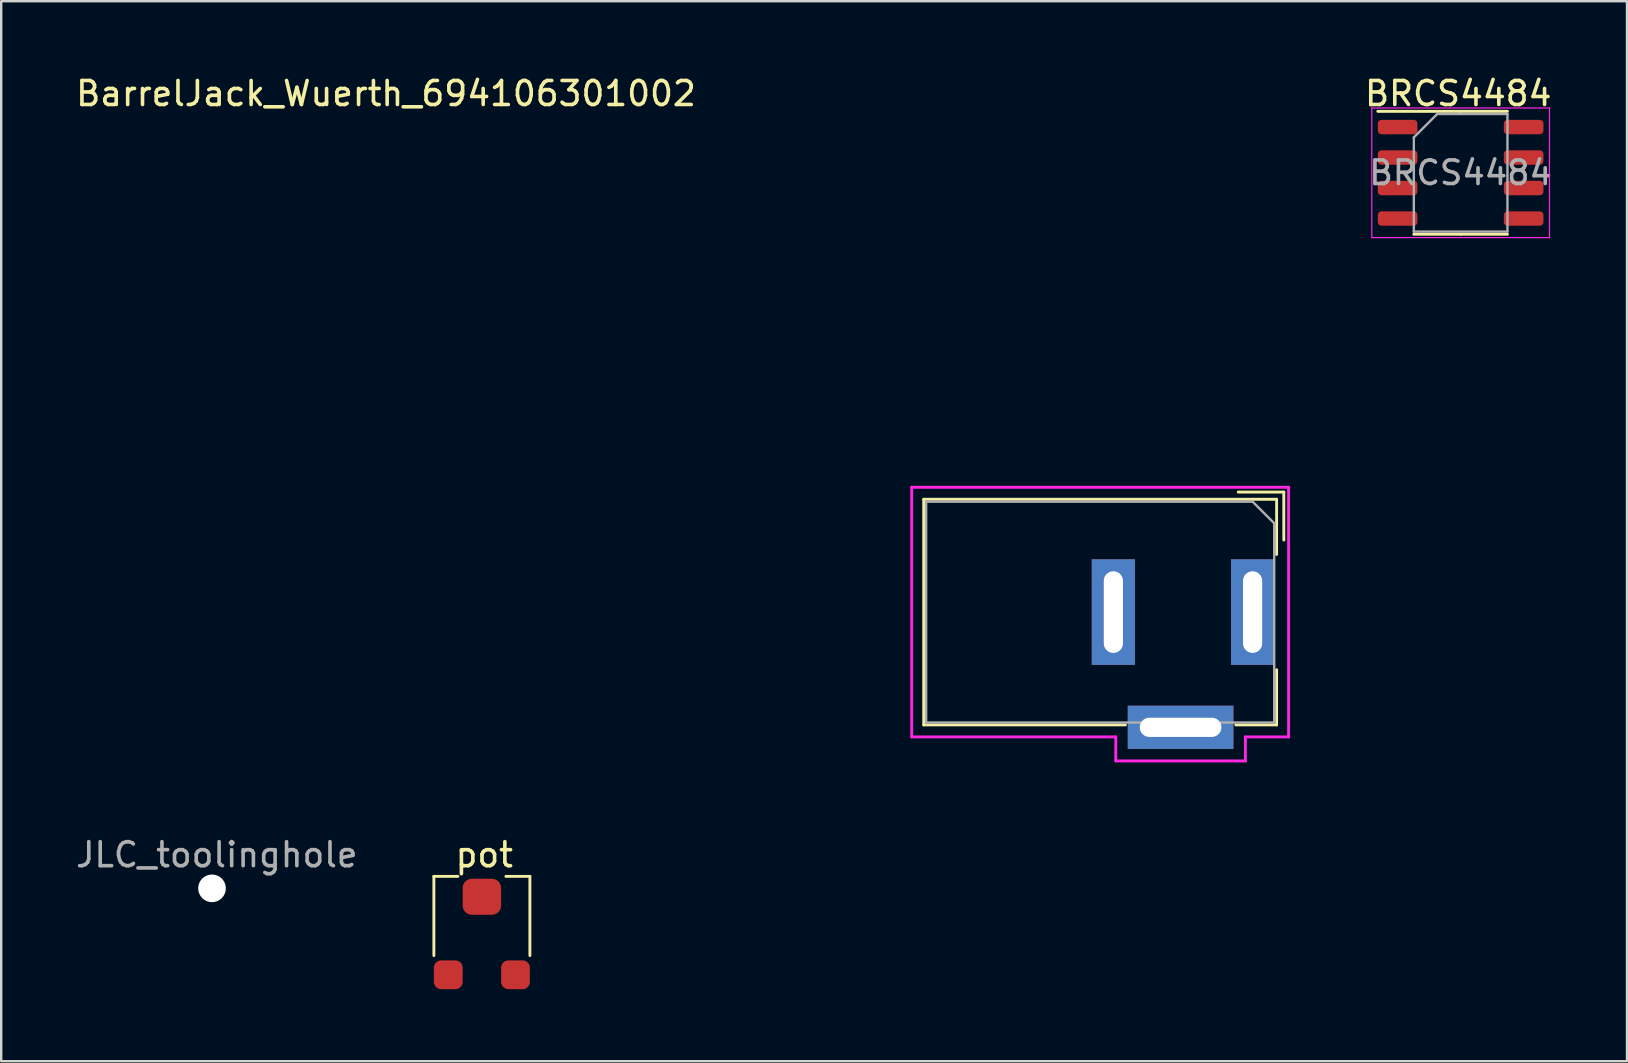
<source format=kicad_pcb>
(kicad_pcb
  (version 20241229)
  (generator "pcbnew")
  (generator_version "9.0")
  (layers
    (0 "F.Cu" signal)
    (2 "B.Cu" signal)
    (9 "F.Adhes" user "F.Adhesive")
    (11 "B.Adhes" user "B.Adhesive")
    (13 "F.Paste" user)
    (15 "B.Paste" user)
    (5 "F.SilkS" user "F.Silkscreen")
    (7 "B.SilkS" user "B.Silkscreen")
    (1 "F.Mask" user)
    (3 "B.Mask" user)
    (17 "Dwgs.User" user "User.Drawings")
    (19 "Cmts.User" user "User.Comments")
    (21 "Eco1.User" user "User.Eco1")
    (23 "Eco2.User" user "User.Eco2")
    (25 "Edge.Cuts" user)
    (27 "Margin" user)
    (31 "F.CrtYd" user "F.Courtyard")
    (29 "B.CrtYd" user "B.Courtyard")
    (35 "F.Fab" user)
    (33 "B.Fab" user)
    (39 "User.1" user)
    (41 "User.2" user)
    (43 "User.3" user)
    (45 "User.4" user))
  (footprint "BRCS4484"
    (layer "F.Cu")
    (at 57.796 4.148)
    (property "Reference" "BRCS4484" (at -0.1 -3.3 0) (unlocked yes) (layer "F.SilkS") (effects (font (size 1 1) (thickness 0.15))))
    (attr smd)
    (fp_line (start 0 -2.56) (end -3.45 -2.56) (stroke (width 0.12) (type solid)) (layer "F.SilkS"))
    (fp_line (start 0 -2.56) (end 1.95 -2.56) (stroke (width 0.12) (type solid)) (layer "F.SilkS"))
    (fp_line (start 0 2.56) (end -1.95 2.56) (stroke (width 0.12) (type solid)) (layer "F.SilkS"))
    (fp_line (start 0 2.56) (end 1.95 2.56) (stroke (width 0.12) (type solid)) (layer "F.SilkS"))
    (fp_line (start -3.7 -2.7) (end -3.7 2.7) (stroke (width 0.05) (type solid)) (layer "F.CrtYd"))
    (fp_line (start -3.7 2.7) (end 3.7 2.7) (stroke (width 0.05) (type solid)) (layer "F.CrtYd"))
    (fp_line (start 3.7 -2.7) (end -3.7 -2.7) (stroke (width 0.05) (type solid)) (layer "F.CrtYd"))
    (fp_line (start 3.7 2.7) (end 3.7 -2.7) (stroke (width 0.05) (type solid)) (layer "F.CrtYd"))
    (fp_line (start -1.95 -1.475) (end -0.975 -2.45) (stroke (width 0.1) (type solid)) (layer "F.Fab"))
    (fp_line (start -1.95 2.45) (end -1.95 -1.475) (stroke (width 0.1) (type solid)) (layer "F.Fab"))
    (fp_line (start -0.975 -2.45) (end 1.95 -2.45) (stroke (width 0.1) (type solid)) (layer "F.Fab"))
    (fp_line (start 1.95 -2.45) (end 1.95 2.45) (stroke (width 0.1) (type solid)) (layer "F.Fab"))
    (fp_line (start 1.95 2.45) (end -1.95 2.45) (stroke (width 0.1) (type solid)) (layer "F.Fab"))
    (fp_text user "${REFERENCE}" (at 0 0 0) (layer "F.Fab") (effects (font (size 0.98 0.98) (thickness 0.15))))
    (pad "1" smd roundrect (at -2.625 1.905) (size 1.65 0.6) (layers "F.Cu" "F.Mask" "F.Paste") (roundrect_rratio 0.25))
    (pad "2" smd roundrect (at 2.625 -1.905) (size 1.65 0.6) (layers "F.Cu" "F.Mask" "F.Paste") (roundrect_rratio 0.25))
    (pad "2" smd roundrect (at 2.625 -0.635) (size 1.65 0.6) (layers "F.Cu" "F.Mask" "F.Paste") (roundrect_rratio 0.25))
    (pad "2" smd roundrect (at 2.625 0.635) (size 1.65 0.6) (layers "F.Cu" "F.Mask" "F.Paste") (roundrect_rratio 0.25))
    (pad "2" smd roundrect (at 2.625 1.905) (size 1.65 0.6) (layers "F.Cu" "F.Mask" "F.Paste") (roundrect_rratio 0.25))
    (pad "3" smd roundrect (at -2.625 -1.905) (size 1.65 0.6) (layers "F.Cu" "F.Mask" "F.Paste") (roundrect_rratio 0.25))
    (pad "3" smd roundrect (at -2.625 -0.635) (size 1.65 0.6) (layers "F.Cu" "F.Mask" "F.Paste") (roundrect_rratio 0.25))
    (pad "3" smd roundrect (at -2.625 0.635) (size 1.65 0.6) (layers "F.Cu" "F.Mask" "F.Paste") (roundrect_rratio 0.25)))
  (footprint "pot"
    (layer "F.Cu")
    (at 17.024 35.757)
    (property "Reference" "pot" (at 0.1 -3.2 0) (unlocked yes) (layer "F.SilkS") (effects (font (size 1 1) (thickness 0.15))))
    (attr smd)
    (fp_line (start -2 -2.3) (end -2 1) (stroke (width 0.12) (type solid)) (layer "F.SilkS"))
    (fp_line (start -2 -2.3) (end -1 -2.3) (stroke (width 0.12) (type solid)) (layer "F.SilkS"))
    (fp_line (start 2 -2.3) (end 1 -2.3) (stroke (width 0.12) (type solid)) (layer "F.SilkS"))
    (fp_line (start 2 -2.3) (end 2 1) (stroke (width 0.12) (type solid)) (layer "F.SilkS"))
    (pad "1" smd roundrect (at 0 -1.45) (size 1.6 1.5) (layers "F.Cu" "F.Mask" "F.Paste") (roundrect_rratio 0.25))
    (pad "2" smd roundrect (at -1.4 1.8) (size 1.2 1.2) (layers "F.Cu" "F.Mask" "F.Paste") (roundrect_rratio 0.25))
    (pad "3" smd roundrect (at 1.4 1.8) (size 1.2 1.2) (layers "F.Cu" "F.Mask" "F.Paste") (roundrect_rratio 0.25)))
  (footprint "JLC_toolinghole"
    (layer "F.Cu")
    (at 5.782 33.956)
    (property "Reference" "JLC_toolinghole" (at 0.2 -1.4 0) (unlocked yes) (layer "F.Fab") (effects (font (size 1 1) (thickness 0.15))))
    (attr through_hole)
    (pad "" np_thru_hole circle (at 0 0) (size 1.152 1.152) (drill 1.152) (layers "*.Cu" "*.Mask")))
  (footprint "BarrelJack_Wuerth_694106301002"
    (layer "F.Cu")
    (at 35.53 22.448)
    (property "Reference" "BarrelJack_Wuerth_694106301002" (at -22.5 -21.6 0) (unlocked yes) (layer "F.SilkS") (effects (font (size 1 1) (thickness 0.15))))
    (attr through_hole)
    (fp_line (start -0.1 -4.7) (end -0.1 4.7) (stroke (width 0.12) (type solid)) (layer "F.SilkS"))
    (fp_line (start -0.1 4.7) (end 8.3 4.7) (stroke (width 0.12) (type solid)) (layer "F.SilkS"))
    (fp_line (start 13 -5) (end 14.9 -5) (stroke (width 0.12) (type solid)) (layer "F.SilkS"))
    (fp_line (start 14.6 -4.7) (end -0.1 -4.7) (stroke (width 0.12) (type solid)) (layer "F.SilkS"))
    (fp_line (start 14.6 -2.4) (end 14.6 -4.7) (stroke (width 0.12) (type solid)) (layer "F.SilkS"))
    (fp_line (start 14.6 4.7) (end 12.9 4.7) (stroke (width 0.12) (type solid)) (layer "F.SilkS"))
    (fp_line (start 14.6 4.7) (end 14.6 2.4) (stroke (width 0.12) (type solid)) (layer "F.SilkS"))
    (fp_line (start 14.9 -5) (end 14.9 -3) (stroke (width 0.12) (type solid)) (layer "F.SilkS"))
    (fp_line (start -0.6 -5.2) (end -0.6 5.2) (stroke (width 0.12) (type solid)) (layer "F.CrtYd"))
    (fp_line (start 7.9 5.2) (end -0.6 5.2) (stroke (width 0.12) (type solid)) (layer "F.CrtYd"))
    (fp_line (start 7.9 6.2) (end 7.9 5.2) (stroke (width 0.12) (type solid)) (layer "F.CrtYd"))
    (fp_line (start 13.3 5.2) (end 13.3 6.2) (stroke (width 0.12) (type solid)) (layer "F.CrtYd"))
    (fp_line (start 13.3 6.2) (end 7.9 6.2) (stroke (width 0.12) (type solid)) (layer "F.CrtYd"))
    (fp_line (start 15.1 -5.2) (end -0.6 -5.2) (stroke (width 0.12) (type solid)) (layer "F.CrtYd"))
    (fp_line (start 15.1 -5.2) (end 15.1 5.2) (stroke (width 0.12) (type solid)) (layer "F.CrtYd"))
    (fp_line (start 15.1 5.2) (end 13.3 5.2) (stroke (width 0.12) (type solid)) (layer "F.CrtYd"))
    (fp_line (start 0 -4.6) (end 13.6 -4.6) (stroke (width 0.1) (type solid)) (layer "F.Fab"))
    (fp_line (start 0 4.6) (end 0 -4.6) (stroke (width 0.1) (type solid)) (layer "F.Fab"))
    (fp_line (start 13.6 -4.6) (end 14.5 -3.7) (stroke (width 0.1) (type solid)) (layer "F.Fab"))
    (fp_line (start 14.5 -3.7) (end 14.5 4.6) (stroke (width 0.1) (type solid)) (layer "F.Fab"))
    (fp_line (start 14.5 4.6) (end 0 4.6) (stroke (width 0.1) (type solid)) (layer "F.Fab"))
    (pad "1" thru_hole rect (at 13.6 0 90) (size 4.4 1.8) (drill oval 3.4 0.8) (layers "*.Cu" "*.Mask"))
    (pad "2" thru_hole rect (at 7.8 0 90) (size 4.4 1.8) (drill oval 3.4 0.8) (layers "*.Cu" "*.Mask"))
    (pad "3" thru_hole rect (at 10.6 4.8) (size 4.4 1.8) (drill oval 3.4 0.8) (layers "*.Cu" "*.Mask")))
  (gr_rect
    (start -3 -3)
    (end 64.726 41.157)
    (stroke (width 0.1) (type default))
    (fill no)
    (layer "Edge.Cuts")))
</source>
